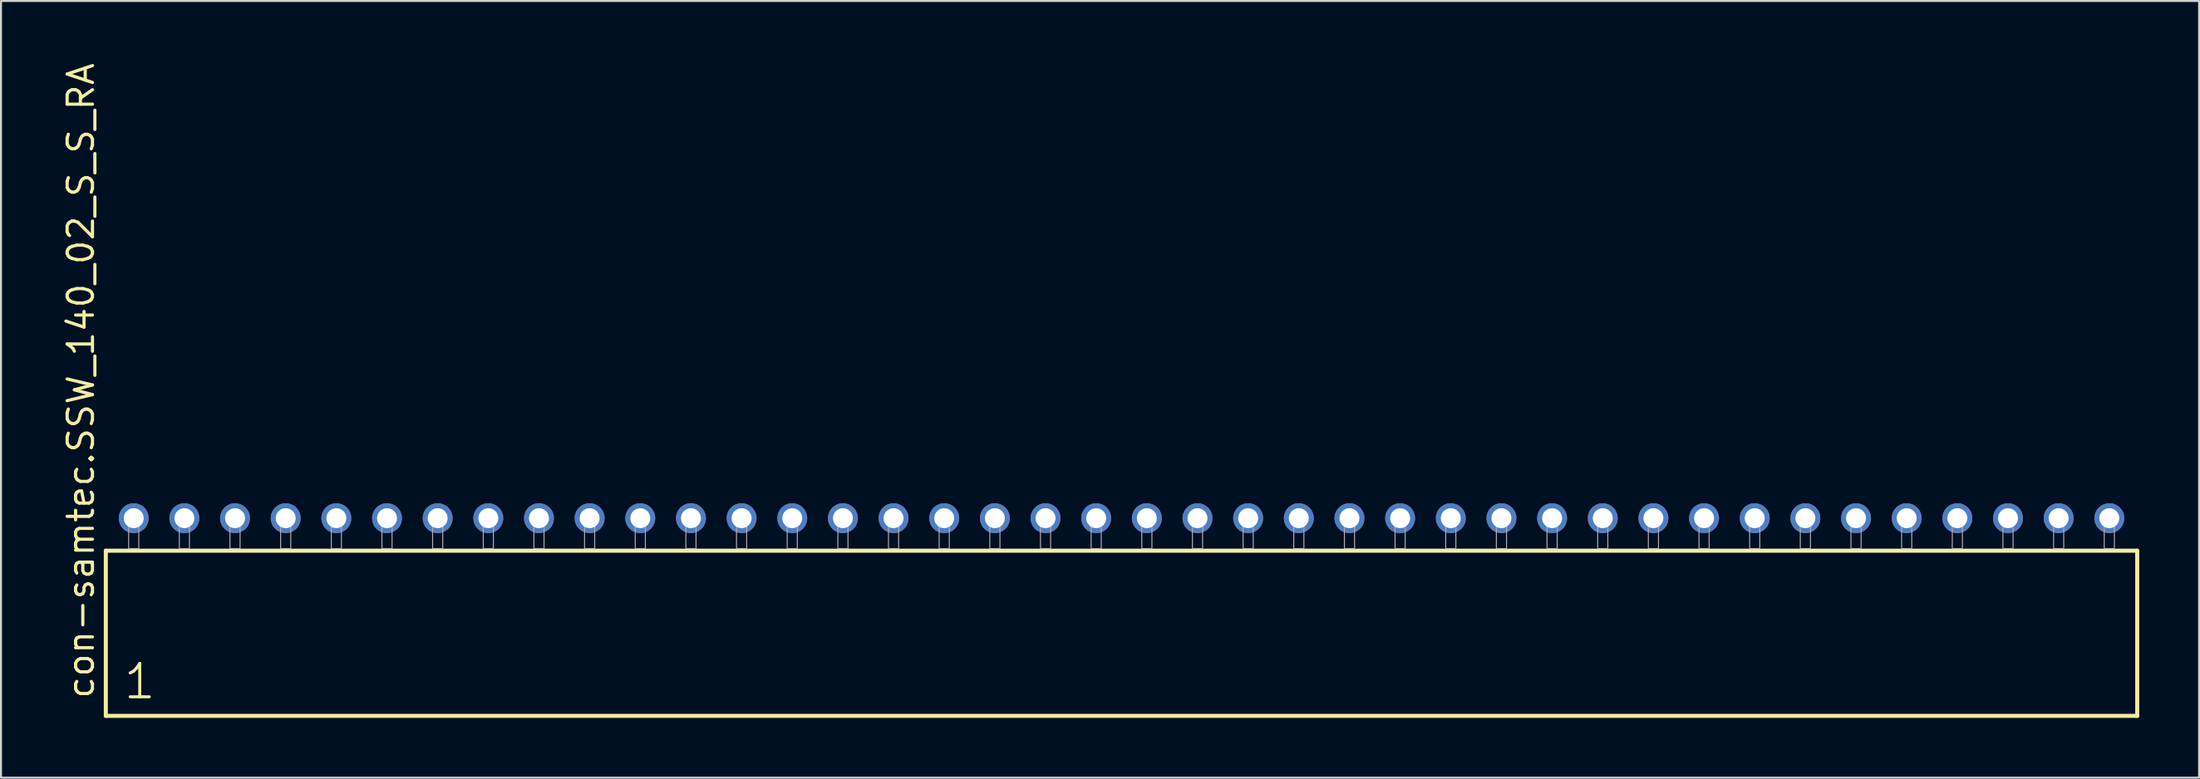
<source format=kicad_pcb>
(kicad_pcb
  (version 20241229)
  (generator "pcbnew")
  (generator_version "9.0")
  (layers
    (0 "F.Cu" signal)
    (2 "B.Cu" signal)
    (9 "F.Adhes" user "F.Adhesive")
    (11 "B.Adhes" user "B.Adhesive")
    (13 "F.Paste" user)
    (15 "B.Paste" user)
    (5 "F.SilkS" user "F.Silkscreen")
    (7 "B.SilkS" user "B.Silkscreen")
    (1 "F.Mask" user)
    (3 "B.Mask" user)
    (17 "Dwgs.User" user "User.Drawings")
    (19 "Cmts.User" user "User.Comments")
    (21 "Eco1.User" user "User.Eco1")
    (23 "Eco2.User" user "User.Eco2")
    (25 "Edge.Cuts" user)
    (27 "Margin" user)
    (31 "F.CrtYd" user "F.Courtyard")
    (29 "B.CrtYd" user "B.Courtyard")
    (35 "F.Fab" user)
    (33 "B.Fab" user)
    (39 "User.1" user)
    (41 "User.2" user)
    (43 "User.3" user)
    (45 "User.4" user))
  (footprint "con-samtec.SSW_140_02_S_S_RA"
    (layer "F.Cu")
    (at 53.185 24.477)
    (property "Reference" "con-samtec.SSW_140_02_S_S_RA" (at -51.435 7.62 90) (layer "F.SilkS") (effects (font (size 1.27 1.27) (thickness 0.16)) (justify left bottom)))
    (attr through_hole)
    (fp_line (start -50.929 0.106) (end -50.929 8.396) (stroke (width 0.203) (type default)) (layer "F.SilkS"))
    (fp_line (start -50.929 8.396) (end 50.929 8.396) (stroke (width 0.203) (type default)) (layer "F.SilkS"))
    (fp_line (start 50.929 0.106) (end -50.929 0.106) (stroke (width 0.203) (type default)) (layer "F.SilkS"))
    (fp_line (start 50.929 8.396) (end 50.929 0.106) (stroke (width 0.203) (type default)) (layer "F.SilkS"))
    (fp_rect (start -49.784 0) (end -49.276 -1.778) (stroke (width 0.05) (type default)) (fill no) (layer "F.Fab"))
    (fp_rect (start -47.244 0) (end -46.736 -1.778) (stroke (width 0.05) (type default)) (fill no) (layer "F.Fab"))
    (fp_rect (start -44.704 0) (end -44.196 -1.778) (stroke (width 0.05) (type default)) (fill no) (layer "F.Fab"))
    (fp_rect (start -42.164 0) (end -41.656 -1.778) (stroke (width 0.05) (type default)) (fill no) (layer "F.Fab"))
    (fp_rect (start -39.624 0) (end -39.116 -1.778) (stroke (width 0.05) (type default)) (fill no) (layer "F.Fab"))
    (fp_rect (start -37.084 0) (end -36.576 -1.778) (stroke (width 0.05) (type default)) (fill no) (layer "F.Fab"))
    (fp_rect (start -34.544 0) (end -34.036 -1.778) (stroke (width 0.05) (type default)) (fill no) (layer "F.Fab"))
    (fp_rect (start -32.004 0) (end -31.496 -1.778) (stroke (width 0.05) (type default)) (fill no) (layer "F.Fab"))
    (fp_rect (start -29.464 0) (end -28.956 -1.778) (stroke (width 0.05) (type default)) (fill no) (layer "F.Fab"))
    (fp_rect (start -26.924 0) (end -26.416 -1.778) (stroke (width 0.05) (type default)) (fill no) (layer "F.Fab"))
    (fp_rect (start -24.384 0) (end -23.876 -1.778) (stroke (width 0.05) (type default)) (fill no) (layer "F.Fab"))
    (fp_rect (start -21.844 0) (end -21.336 -1.778) (stroke (width 0.05) (type default)) (fill no) (layer "F.Fab"))
    (fp_rect (start -19.304 0) (end -18.796 -1.778) (stroke (width 0.05) (type default)) (fill no) (layer "F.Fab"))
    (fp_rect (start -16.764 0) (end -16.256 -1.778) (stroke (width 0.05) (type default)) (fill no) (layer "F.Fab"))
    (fp_rect (start -14.224 0) (end -13.716 -1.778) (stroke (width 0.05) (type default)) (fill no) (layer "F.Fab"))
    (fp_rect (start -11.684 0) (end -11.176 -1.778) (stroke (width 0.05) (type default)) (fill no) (layer "F.Fab"))
    (fp_rect (start -9.144 0) (end -8.636 -1.778) (stroke (width 0.05) (type default)) (fill no) (layer "F.Fab"))
    (fp_rect (start -6.604 0) (end -6.096 -1.778) (stroke (width 0.05) (type default)) (fill no) (layer "F.Fab"))
    (fp_rect (start -4.064 0) (end -3.556 -1.778) (stroke (width 0.05) (type default)) (fill no) (layer "F.Fab"))
    (fp_rect (start -1.524 0) (end -1.016 -1.778) (stroke (width 0.05) (type default)) (fill no) (layer "F.Fab"))
    (fp_rect (start 1.016 0) (end 1.524 -1.778) (stroke (width 0.05) (type default)) (fill no) (layer "F.Fab"))
    (fp_rect (start 3.556 0) (end 4.064 -1.778) (stroke (width 0.05) (type default)) (fill no) (layer "F.Fab"))
    (fp_rect (start 6.096 0) (end 6.604 -1.778) (stroke (width 0.05) (type default)) (fill no) (layer "F.Fab"))
    (fp_rect (start 8.636 0) (end 9.144 -1.778) (stroke (width 0.05) (type default)) (fill no) (layer "F.Fab"))
    (fp_rect (start 11.176 0) (end 11.684 -1.778) (stroke (width 0.05) (type default)) (fill no) (layer "F.Fab"))
    (fp_rect (start 13.716 0) (end 14.224 -1.778) (stroke (width 0.05) (type default)) (fill no) (layer "F.Fab"))
    (fp_rect (start 16.256 0) (end 16.764 -1.778) (stroke (width 0.05) (type default)) (fill no) (layer "F.Fab"))
    (fp_rect (start 18.796 0) (end 19.304 -1.778) (stroke (width 0.05) (type default)) (fill no) (layer "F.Fab"))
    (fp_rect (start 21.336 0) (end 21.844 -1.778) (stroke (width 0.05) (type default)) (fill no) (layer "F.Fab"))
    (fp_rect (start 23.876 0) (end 24.384 -1.778) (stroke (width 0.05) (type default)) (fill no) (layer "F.Fab"))
    (fp_rect (start 26.416 0) (end 26.924 -1.778) (stroke (width 0.05) (type default)) (fill no) (layer "F.Fab"))
    (fp_rect (start 28.956 0) (end 29.464 -1.778) (stroke (width 0.05) (type default)) (fill no) (layer "F.Fab"))
    (fp_rect (start 31.496 0) (end 32.004 -1.778) (stroke (width 0.05) (type default)) (fill no) (layer "F.Fab"))
    (fp_rect (start 34.036 0) (end 34.544 -1.778) (stroke (width 0.05) (type default)) (fill no) (layer "F.Fab"))
    (fp_rect (start 36.576 0) (end 37.084 -1.778) (stroke (width 0.05) (type default)) (fill no) (layer "F.Fab"))
    (fp_rect (start 39.116 0) (end 39.624 -1.778) (stroke (width 0.05) (type default)) (fill no) (layer "F.Fab"))
    (fp_rect (start 41.656 0) (end 42.164 -1.778) (stroke (width 0.05) (type default)) (fill no) (layer "F.Fab"))
    (fp_rect (start 44.196 0) (end 44.704 -1.778) (stroke (width 0.05) (type default)) (fill no) (layer "F.Fab"))
    (fp_rect (start 46.736 0) (end 47.244 -1.778) (stroke (width 0.05) (type default)) (fill no) (layer "F.Fab"))
    (fp_rect (start 49.276 0) (end 49.784 -1.778) (stroke (width 0.05) (type default)) (fill no) (layer "F.Fab"))
    (fp_text user "1" (at -50.125 7.65 0) (layer "F.SilkS") (effects (font (size 1.676 1.676) (thickness 0.15)) (justify left bottom)))
    (pad "1" thru_hole circle (at -49.53 -1.524) (size 1.5 1.5) (drill 1) (layers "*.Cu" "*.Mask"))
    (pad "2" thru_hole circle (at -46.99 -1.524) (size 1.5 1.5) (drill 1) (layers "*.Cu" "*.Mask"))
    (pad "3" thru_hole circle (at -44.45 -1.524) (size 1.5 1.5) (drill 1) (layers "*.Cu" "*.Mask"))
    (pad "4" thru_hole circle (at -41.91 -1.524) (size 1.5 1.5) (drill 1) (layers "*.Cu" "*.Mask"))
    (pad "5" thru_hole circle (at -39.37 -1.524) (size 1.5 1.5) (drill 1) (layers "*.Cu" "*.Mask"))
    (pad "6" thru_hole circle (at -36.83 -1.524) (size 1.5 1.5) (drill 1) (layers "*.Cu" "*.Mask"))
    (pad "7" thru_hole circle (at -34.29 -1.524) (size 1.5 1.5) (drill 1) (layers "*.Cu" "*.Mask"))
    (pad "8" thru_hole circle (at -31.75 -1.524) (size 1.5 1.5) (drill 1) (layers "*.Cu" "*.Mask"))
    (pad "9" thru_hole circle (at -29.21 -1.524) (size 1.5 1.5) (drill 1) (layers "*.Cu" "*.Mask"))
    (pad "10" thru_hole circle (at -26.67 -1.524) (size 1.5 1.5) (drill 1) (layers "*.Cu" "*.Mask"))
    (pad "11" thru_hole circle (at -24.13 -1.524) (size 1.5 1.5) (drill 1) (layers "*.Cu" "*.Mask"))
    (pad "12" thru_hole circle (at -21.59 -1.524) (size 1.5 1.5) (drill 1) (layers "*.Cu" "*.Mask"))
    (pad "13" thru_hole circle (at -19.05 -1.524) (size 1.5 1.5) (drill 1) (layers "*.Cu" "*.Mask"))
    (pad "14" thru_hole circle (at -16.51 -1.524) (size 1.5 1.5) (drill 1) (layers "*.Cu" "*.Mask"))
    (pad "15" thru_hole circle (at -13.97 -1.524) (size 1.5 1.5) (drill 1) (layers "*.Cu" "*.Mask"))
    (pad "16" thru_hole circle (at -11.43 -1.524) (size 1.5 1.5) (drill 1) (layers "*.Cu" "*.Mask"))
    (pad "17" thru_hole circle (at -8.89 -1.524) (size 1.5 1.5) (drill 1) (layers "*.Cu" "*.Mask"))
    (pad "18" thru_hole circle (at -6.35 -1.524) (size 1.5 1.5) (drill 1) (layers "*.Cu" "*.Mask"))
    (pad "19" thru_hole circle (at -3.81 -1.524) (size 1.5 1.5) (drill 1) (layers "*.Cu" "*.Mask"))
    (pad "20" thru_hole circle (at -1.27 -1.524) (size 1.5 1.5) (drill 1) (layers "*.Cu" "*.Mask"))
    (pad "21" thru_hole circle (at 1.27 -1.524) (size 1.5 1.5) (drill 1) (layers "*.Cu" "*.Mask"))
    (pad "22" thru_hole circle (at 3.81 -1.524) (size 1.5 1.5) (drill 1) (layers "*.Cu" "*.Mask"))
    (pad "23" thru_hole circle (at 6.35 -1.524) (size 1.5 1.5) (drill 1) (layers "*.Cu" "*.Mask"))
    (pad "24" thru_hole circle (at 8.89 -1.524) (size 1.5 1.5) (drill 1) (layers "*.Cu" "*.Mask"))
    (pad "25" thru_hole circle (at 11.43 -1.524) (size 1.5 1.5) (drill 1) (layers "*.Cu" "*.Mask"))
    (pad "26" thru_hole circle (at 13.97 -1.524) (size 1.5 1.5) (drill 1) (layers "*.Cu" "*.Mask"))
    (pad "27" thru_hole circle (at 16.51 -1.524) (size 1.5 1.5) (drill 1) (layers "*.Cu" "*.Mask"))
    (pad "28" thru_hole circle (at 19.05 -1.524) (size 1.5 1.5) (drill 1) (layers "*.Cu" "*.Mask"))
    (pad "29" thru_hole circle (at 21.59 -1.524) (size 1.5 1.5) (drill 1) (layers "*.Cu" "*.Mask"))
    (pad "30" thru_hole circle (at 24.13 -1.524) (size 1.5 1.5) (drill 1) (layers "*.Cu" "*.Mask"))
    (pad "31" thru_hole circle (at 26.67 -1.524) (size 1.5 1.5) (drill 1) (layers "*.Cu" "*.Mask"))
    (pad "32" thru_hole circle (at 29.21 -1.524) (size 1.5 1.5) (drill 1) (layers "*.Cu" "*.Mask"))
    (pad "33" thru_hole circle (at 31.75 -1.524) (size 1.5 1.5) (drill 1) (layers "*.Cu" "*.Mask"))
    (pad "34" thru_hole circle (at 34.29 -1.524) (size 1.5 1.5) (drill 1) (layers "*.Cu" "*.Mask"))
    (pad "35" thru_hole circle (at 36.83 -1.524) (size 1.5 1.5) (drill 1) (layers "*.Cu" "*.Mask"))
    (pad "36" thru_hole circle (at 39.37 -1.524) (size 1.5 1.5) (drill 1) (layers "*.Cu" "*.Mask"))
    (pad "37" thru_hole circle (at 41.91 -1.524) (size 1.5 1.5) (drill 1) (layers "*.Cu" "*.Mask"))
    (pad "38" thru_hole circle (at 44.45 -1.524) (size 1.5 1.5) (drill 1) (layers "*.Cu" "*.Mask"))
    (pad "39" thru_hole circle (at 46.99 -1.524) (size 1.5 1.5) (drill 1) (layers "*.Cu" "*.Mask"))
    (pad "40" thru_hole circle (at 49.53 -1.524) (size 1.5 1.5) (drill 1) (layers "*.Cu" "*.Mask")))
  (gr_rect
    (start -3 -3)
    (end 107.216 35.975)
    (stroke (width 0.1) (type default))
    (fill no)
    (layer "Edge.Cuts")))
</source>
